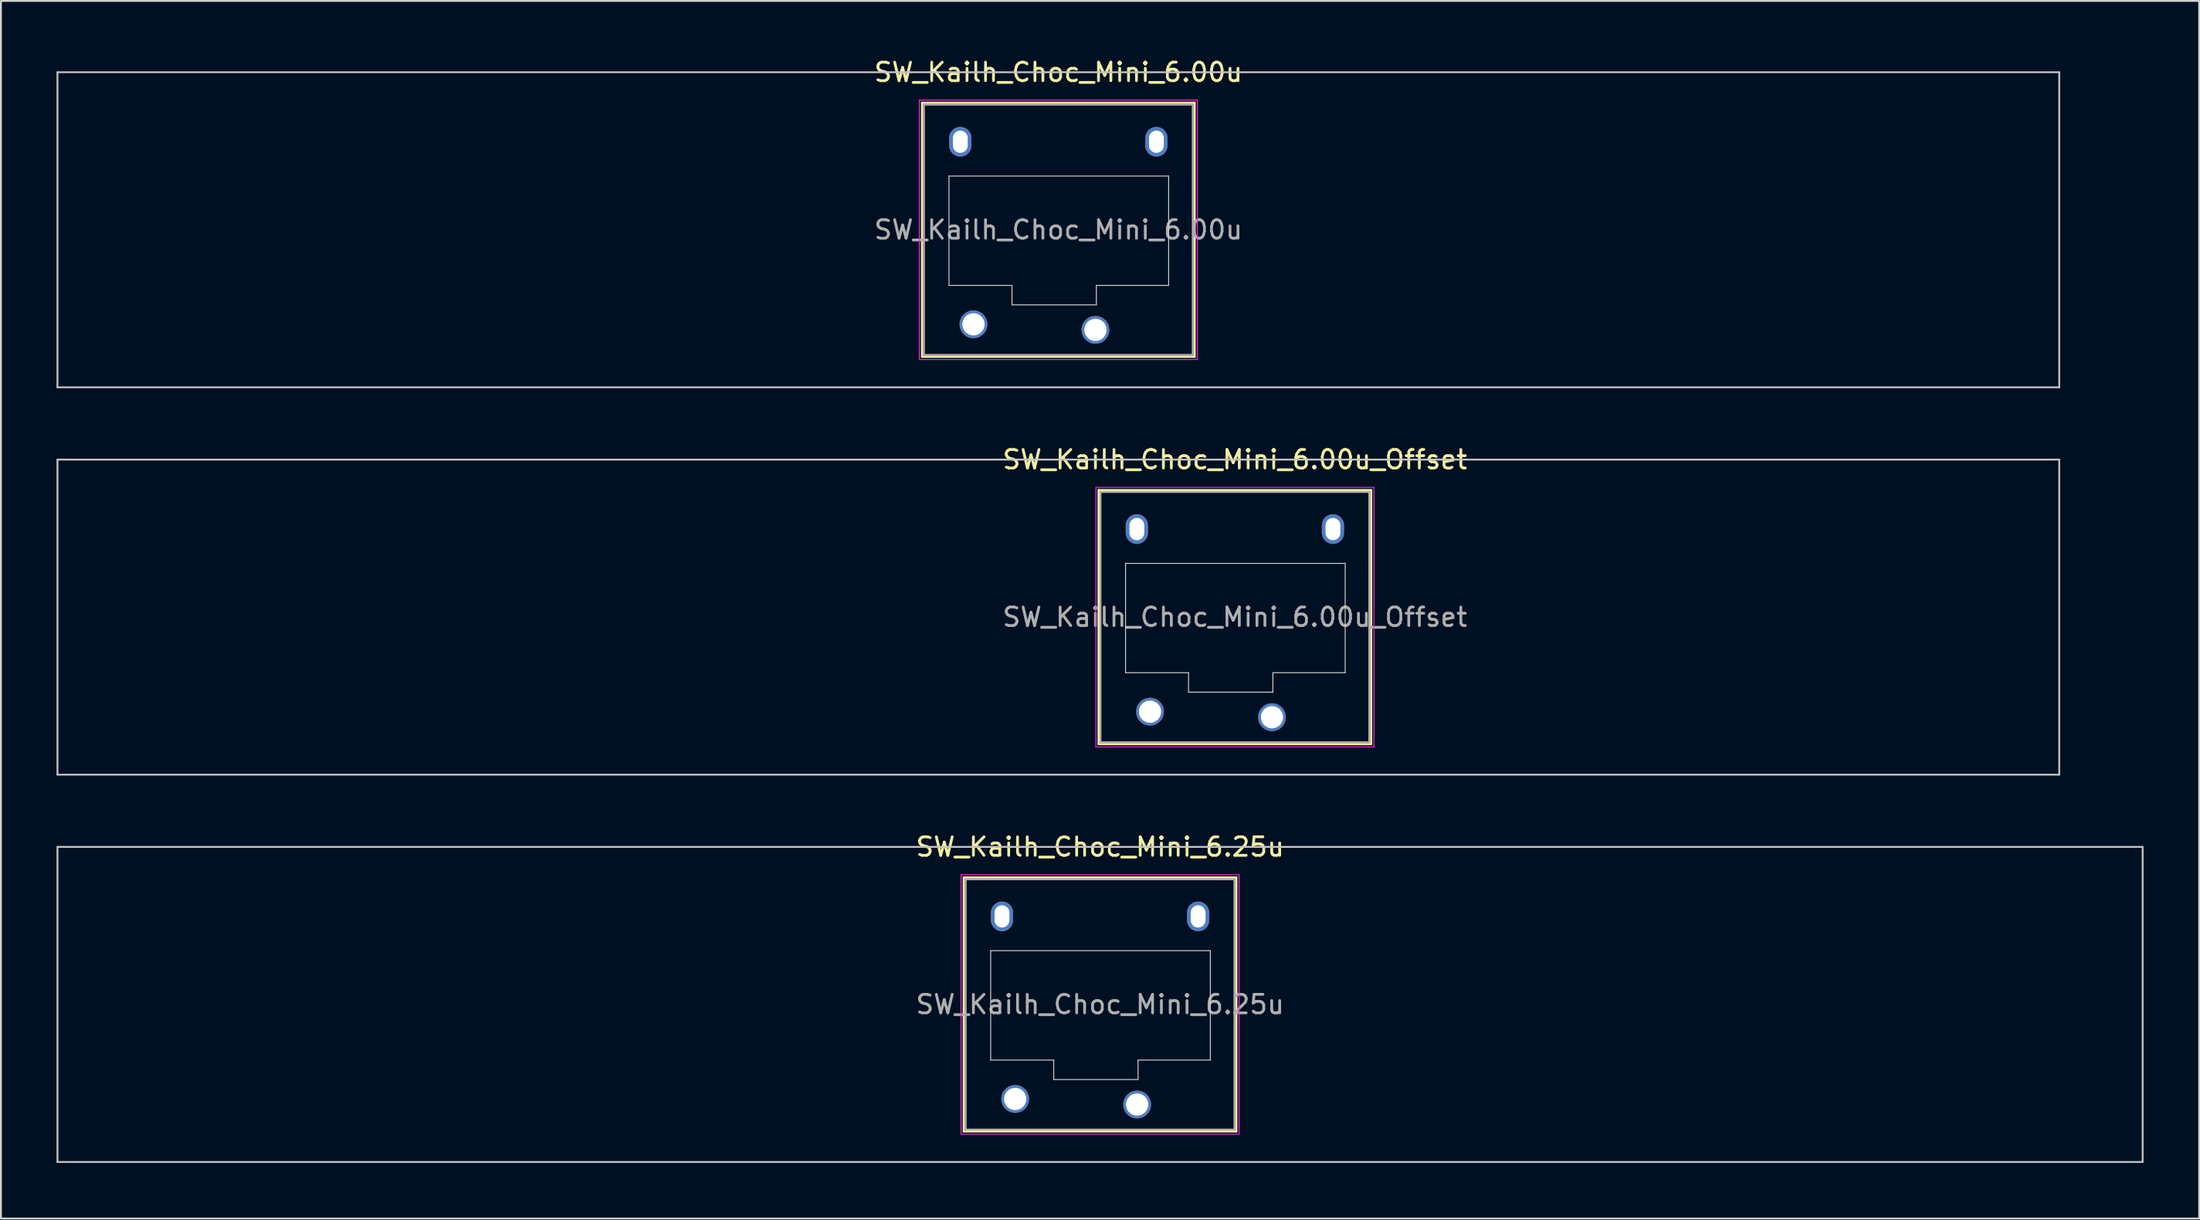
<source format=kicad_pcb>
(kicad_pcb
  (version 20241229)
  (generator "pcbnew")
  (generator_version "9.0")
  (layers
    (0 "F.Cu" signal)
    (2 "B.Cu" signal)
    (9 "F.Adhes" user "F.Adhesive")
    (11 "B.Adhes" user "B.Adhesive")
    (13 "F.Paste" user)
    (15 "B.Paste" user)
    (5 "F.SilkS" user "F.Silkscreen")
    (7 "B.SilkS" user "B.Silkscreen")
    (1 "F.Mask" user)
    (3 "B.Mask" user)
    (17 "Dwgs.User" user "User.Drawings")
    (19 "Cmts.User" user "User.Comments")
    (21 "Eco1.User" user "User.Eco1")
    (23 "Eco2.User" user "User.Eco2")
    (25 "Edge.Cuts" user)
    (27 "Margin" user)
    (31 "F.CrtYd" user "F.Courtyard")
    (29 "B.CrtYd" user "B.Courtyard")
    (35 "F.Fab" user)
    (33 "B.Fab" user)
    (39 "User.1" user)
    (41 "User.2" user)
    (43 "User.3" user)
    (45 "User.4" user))
  (footprint "SW_Kailh_Choc_Mini_6.00u_Offset"
    (layer "F.Cu")
    (at 63.575 30.247)
    (property "Reference" "SW_Kailh_Choc_Mini_6.00u_Offset" (at 0 -8.5 0) (layer "F.SilkS") (effects (font (size 1 1) (thickness 0.15))))
    (attr through_hole)
    (fp_line (start -7.35 -6.85) (end -7.35 6.85) (stroke (width 0.12) (type solid)) (layer "F.SilkS"))
    (fp_line (start -7.35 6.85) (end 7.35 6.85) (stroke (width 0.12) (type solid)) (layer "F.SilkS"))
    (fp_line (start 7.35 -6.85) (end -7.35 -6.85) (stroke (width 0.12) (type solid)) (layer "F.SilkS"))
    (fp_line (start 7.35 6.85) (end 7.35 -6.85) (stroke (width 0.12) (type solid)) (layer "F.SilkS"))
    (fp_line (start -63.525 -8.5) (end -63.525 8.5) (stroke (width 0.1) (type solid)) (layer "Dwgs.User"))
    (fp_line (start -63.525 8.5) (end 44.475 8.5) (stroke (width 0.1) (type solid)) (layer "Dwgs.User"))
    (fp_line (start 44.475 -8.5) (end -63.525 -8.5) (stroke (width 0.1) (type solid)) (layer "Dwgs.User"))
    (fp_line (start 44.475 8.5) (end 44.475 -8.5) (stroke (width 0.1) (type solid)) (layer "Dwgs.User"))
    (fp_line (start -6.85 -6.35) (end -6.85 6.35) (stroke (width 0.1) (type solid)) (layer "Eco1.User"))
    (fp_line (start -6.85 6.35) (end 6.85 6.35) (stroke (width 0.1) (type solid)) (layer "Eco1.User"))
    (fp_line (start 6.85 -6.35) (end -6.85 -6.35) (stroke (width 0.1) (type solid)) (layer "Eco1.User"))
    (fp_line (start 6.85 6.35) (end 6.85 -6.35) (stroke (width 0.1) (type solid)) (layer "Eco1.User"))
    (fp_line (start -5.9 -2.9) (end -5.9 3) (stroke (width 0.05) (type solid)) (layer "Edge.Cuts"))
    (fp_line (start -5.9 3) (end -2.5 3) (stroke (width 0.05) (type solid)) (layer "Edge.Cuts"))
    (fp_line (start -2.5 3) (end -2.5 4.05) (stroke (width 0.05) (type solid)) (layer "Edge.Cuts"))
    (fp_line (start -2.5 4.05) (end 2.05 4.05) (stroke (width 0.05) (type solid)) (layer "Edge.Cuts"))
    (fp_line (start 2.05 3) (end 5.95 3) (stroke (width 0.05) (type solid)) (layer "Edge.Cuts"))
    (fp_line (start 2.05 4.05) (end 2.05 3) (stroke (width 0.05) (type solid)) (layer "Edge.Cuts"))
    (fp_line (start 5.95 -2.9) (end -5.9 -2.9) (stroke (width 0.05) (type solid)) (layer "Edge.Cuts"))
    (fp_line (start 5.95 3) (end 5.95 -2.9) (stroke (width 0.05) (type solid)) (layer "Edge.Cuts"))
    (fp_line (start -7.5 -7) (end -7.5 7) (stroke (width 0.05) (type solid)) (layer "F.CrtYd"))
    (fp_line (start -7.5 7) (end 7.5 7) (stroke (width 0.05) (type solid)) (layer "F.CrtYd"))
    (fp_line (start 7.5 -7) (end -7.5 -7) (stroke (width 0.05) (type solid)) (layer "F.CrtYd"))
    (fp_line (start 7.5 7) (end 7.5 -7) (stroke (width 0.05) (type solid)) (layer "F.CrtYd"))
    (fp_line (start -7.25 -6.75) (end -7.25 6.75) (stroke (width 0.1) (type solid)) (layer "F.Fab"))
    (fp_line (start -7.25 6.75) (end 7.25 6.75) (stroke (width 0.1) (type solid)) (layer "F.Fab"))
    (fp_line (start 7.25 -6.75) (end -7.25 -6.75) (stroke (width 0.1) (type solid)) (layer "F.Fab"))
    (fp_line (start 7.25 6.75) (end 7.25 -6.75) (stroke (width 0.1) (type solid)) (layer "F.Fab"))
    (fp_text user "${REFERENCE}" (at 0 0 0) (layer "F.Fab") (effects (font (size 1 1) (thickness 0.15))))
    (pad "" np_thru_hole oval (at -5.29 -4.75) (size 1.2 1.6) (drill oval 0.8 1.2) (layers "*.Cu" "*.Mask"))
    (pad "" np_thru_hole oval (at 5.29 -4.75) (size 1.2 1.6) (drill oval 0.8 1.2) (layers "*.Cu" "*.Mask"))
    (pad "1" thru_hole circle (at 2 5.4) (size 1.5 1.5) (drill 1.2) (layers "*.Cu" "*.Mask"))
    (pad "2" thru_hole circle (at -4.58 5.1) (size 1.5 1.5) (drill 1.2) (layers "*.Cu" "*.Mask")))
  (footprint "SW_Kailh_Choc_Mini_6.25u"
    (layer "F.Cu")
    (at 56.3 51.145)
    (property "Reference" "SW_Kailh_Choc_Mini_6.25u" (at 0 -8.5 0) (layer "F.SilkS") (effects (font (size 1 1) (thickness 0.15))))
    (attr through_hole)
    (fp_line (start -7.35 -6.85) (end -7.35 6.85) (stroke (width 0.12) (type solid)) (layer "F.SilkS"))
    (fp_line (start -7.35 6.85) (end 7.35 6.85) (stroke (width 0.12) (type solid)) (layer "F.SilkS"))
    (fp_line (start 7.35 -6.85) (end -7.35 -6.85) (stroke (width 0.12) (type solid)) (layer "F.SilkS"))
    (fp_line (start 7.35 6.85) (end 7.35 -6.85) (stroke (width 0.12) (type solid)) (layer "F.SilkS"))
    (fp_line (start -56.25 -8.5) (end -56.25 8.5) (stroke (width 0.1) (type solid)) (layer "Dwgs.User"))
    (fp_line (start -56.25 8.5) (end 56.25 8.5) (stroke (width 0.1) (type solid)) (layer "Dwgs.User"))
    (fp_line (start 56.25 -8.5) (end -56.25 -8.5) (stroke (width 0.1) (type solid)) (layer "Dwgs.User"))
    (fp_line (start 56.25 8.5) (end 56.25 -8.5) (stroke (width 0.1) (type solid)) (layer "Dwgs.User"))
    (fp_line (start -6.85 -6.35) (end -6.85 6.35) (stroke (width 0.1) (type solid)) (layer "Eco1.User"))
    (fp_line (start -6.85 6.35) (end 6.85 6.35) (stroke (width 0.1) (type solid)) (layer "Eco1.User"))
    (fp_line (start 6.85 -6.35) (end -6.85 -6.35) (stroke (width 0.1) (type solid)) (layer "Eco1.User"))
    (fp_line (start 6.85 6.35) (end 6.85 -6.35) (stroke (width 0.1) (type solid)) (layer "Eco1.User"))
    (fp_line (start -5.9 -2.9) (end -5.9 3) (stroke (width 0.05) (type solid)) (layer "Edge.Cuts"))
    (fp_line (start -5.9 3) (end -2.5 3) (stroke (width 0.05) (type solid)) (layer "Edge.Cuts"))
    (fp_line (start -2.5 3) (end -2.5 4.05) (stroke (width 0.05) (type solid)) (layer "Edge.Cuts"))
    (fp_line (start -2.5 4.05) (end 2.05 4.05) (stroke (width 0.05) (type solid)) (layer "Edge.Cuts"))
    (fp_line (start 2.05 3) (end 5.95 3) (stroke (width 0.05) (type solid)) (layer "Edge.Cuts"))
    (fp_line (start 2.05 4.05) (end 2.05 3) (stroke (width 0.05) (type solid)) (layer "Edge.Cuts"))
    (fp_line (start 5.95 -2.9) (end -5.9 -2.9) (stroke (width 0.05) (type solid)) (layer "Edge.Cuts"))
    (fp_line (start 5.95 3) (end 5.95 -2.9) (stroke (width 0.05) (type solid)) (layer "Edge.Cuts"))
    (fp_line (start -7.5 -7) (end -7.5 7) (stroke (width 0.05) (type solid)) (layer "F.CrtYd"))
    (fp_line (start -7.5 7) (end 7.5 7) (stroke (width 0.05) (type solid)) (layer "F.CrtYd"))
    (fp_line (start 7.5 -7) (end -7.5 -7) (stroke (width 0.05) (type solid)) (layer "F.CrtYd"))
    (fp_line (start 7.5 7) (end 7.5 -7) (stroke (width 0.05) (type solid)) (layer "F.CrtYd"))
    (fp_line (start -7.25 -6.75) (end -7.25 6.75) (stroke (width 0.1) (type solid)) (layer "F.Fab"))
    (fp_line (start -7.25 6.75) (end 7.25 6.75) (stroke (width 0.1) (type solid)) (layer "F.Fab"))
    (fp_line (start 7.25 -6.75) (end -7.25 -6.75) (stroke (width 0.1) (type solid)) (layer "F.Fab"))
    (fp_line (start 7.25 6.75) (end 7.25 -6.75) (stroke (width 0.1) (type solid)) (layer "F.Fab"))
    (fp_text user "${REFERENCE}" (at 0 0 0) (layer "F.Fab") (effects (font (size 1 1) (thickness 0.15))))
    (pad "" np_thru_hole oval (at -5.29 -4.75) (size 1.2 1.6) (drill oval 0.8 1.2) (layers "*.Cu" "*.Mask"))
    (pad "" np_thru_hole oval (at 5.29 -4.75) (size 1.2 1.6) (drill oval 0.8 1.2) (layers "*.Cu" "*.Mask"))
    (pad "1" thru_hole circle (at 2 5.4) (size 1.5 1.5) (drill 1.2) (layers "*.Cu" "*.Mask"))
    (pad "2" thru_hole circle (at -4.58 5.1) (size 1.5 1.5) (drill 1.2) (layers "*.Cu" "*.Mask")))
  (footprint "SW_Kailh_Choc_Mini_6.00u"
    (layer "F.Cu")
    (at 54.05 9.348)
    (property "Reference" "SW_Kailh_Choc_Mini_6.00u" (at 0 -8.5 0) (layer "F.SilkS") (effects (font (size 1 1) (thickness 0.15))))
    (attr through_hole)
    (fp_line (start -7.35 -6.85) (end -7.35 6.85) (stroke (width 0.12) (type solid)) (layer "F.SilkS"))
    (fp_line (start -7.35 6.85) (end 7.35 6.85) (stroke (width 0.12) (type solid)) (layer "F.SilkS"))
    (fp_line (start 7.35 -6.85) (end -7.35 -6.85) (stroke (width 0.12) (type solid)) (layer "F.SilkS"))
    (fp_line (start 7.35 6.85) (end 7.35 -6.85) (stroke (width 0.12) (type solid)) (layer "F.SilkS"))
    (fp_line (start -54 -8.5) (end -54 8.5) (stroke (width 0.1) (type solid)) (layer "Dwgs.User"))
    (fp_line (start -54 8.5) (end 54 8.5) (stroke (width 0.1) (type solid)) (layer "Dwgs.User"))
    (fp_line (start 54 -8.5) (end -54 -8.5) (stroke (width 0.1) (type solid)) (layer "Dwgs.User"))
    (fp_line (start 54 8.5) (end 54 -8.5) (stroke (width 0.1) (type solid)) (layer "Dwgs.User"))
    (fp_line (start -6.85 -6.35) (end -6.85 6.35) (stroke (width 0.1) (type solid)) (layer "Eco1.User"))
    (fp_line (start -6.85 6.35) (end 6.85 6.35) (stroke (width 0.1) (type solid)) (layer "Eco1.User"))
    (fp_line (start 6.85 -6.35) (end -6.85 -6.35) (stroke (width 0.1) (type solid)) (layer "Eco1.User"))
    (fp_line (start 6.85 6.35) (end 6.85 -6.35) (stroke (width 0.1) (type solid)) (layer "Eco1.User"))
    (fp_line (start -5.9 -2.9) (end -5.9 3) (stroke (width 0.05) (type solid)) (layer "Edge.Cuts"))
    (fp_line (start -5.9 3) (end -2.5 3) (stroke (width 0.05) (type solid)) (layer "Edge.Cuts"))
    (fp_line (start -2.5 3) (end -2.5 4.05) (stroke (width 0.05) (type solid)) (layer "Edge.Cuts"))
    (fp_line (start -2.5 4.05) (end 2.05 4.05) (stroke (width 0.05) (type solid)) (layer "Edge.Cuts"))
    (fp_line (start 2.05 3) (end 5.95 3) (stroke (width 0.05) (type solid)) (layer "Edge.Cuts"))
    (fp_line (start 2.05 4.05) (end 2.05 3) (stroke (width 0.05) (type solid)) (layer "Edge.Cuts"))
    (fp_line (start 5.95 -2.9) (end -5.9 -2.9) (stroke (width 0.05) (type solid)) (layer "Edge.Cuts"))
    (fp_line (start 5.95 3) (end 5.95 -2.9) (stroke (width 0.05) (type solid)) (layer "Edge.Cuts"))
    (fp_line (start -7.5 -7) (end -7.5 7) (stroke (width 0.05) (type solid)) (layer "F.CrtYd"))
    (fp_line (start -7.5 7) (end 7.5 7) (stroke (width 0.05) (type solid)) (layer "F.CrtYd"))
    (fp_line (start 7.5 -7) (end -7.5 -7) (stroke (width 0.05) (type solid)) (layer "F.CrtYd"))
    (fp_line (start 7.5 7) (end 7.5 -7) (stroke (width 0.05) (type solid)) (layer "F.CrtYd"))
    (fp_line (start -7.25 -6.75) (end -7.25 6.75) (stroke (width 0.1) (type solid)) (layer "F.Fab"))
    (fp_line (start -7.25 6.75) (end 7.25 6.75) (stroke (width 0.1) (type solid)) (layer "F.Fab"))
    (fp_line (start 7.25 -6.75) (end -7.25 -6.75) (stroke (width 0.1) (type solid)) (layer "F.Fab"))
    (fp_line (start 7.25 6.75) (end 7.25 -6.75) (stroke (width 0.1) (type solid)) (layer "F.Fab"))
    (fp_text user "${REFERENCE}" (at 0 0 0) (layer "F.Fab") (effects (font (size 1 1) (thickness 0.15))))
    (pad "" np_thru_hole oval (at -5.29 -4.75) (size 1.2 1.6) (drill oval 0.8 1.2) (layers "*.Cu" "*.Mask"))
    (pad "" np_thru_hole oval (at 5.29 -4.75) (size 1.2 1.6) (drill oval 0.8 1.2) (layers "*.Cu" "*.Mask"))
    (pad "1" thru_hole circle (at 2 5.4) (size 1.5 1.5) (drill 1.2) (layers "*.Cu" "*.Mask"))
    (pad "2" thru_hole circle (at -4.58 5.1) (size 1.5 1.5) (drill 1.2) (layers "*.Cu" "*.Mask")))
  (gr_rect
    (start -3 -3)
    (end 115.6 62.695)
    (stroke (width 0.1) (type default))
    (fill no)
    (layer "Edge.Cuts")))
</source>
